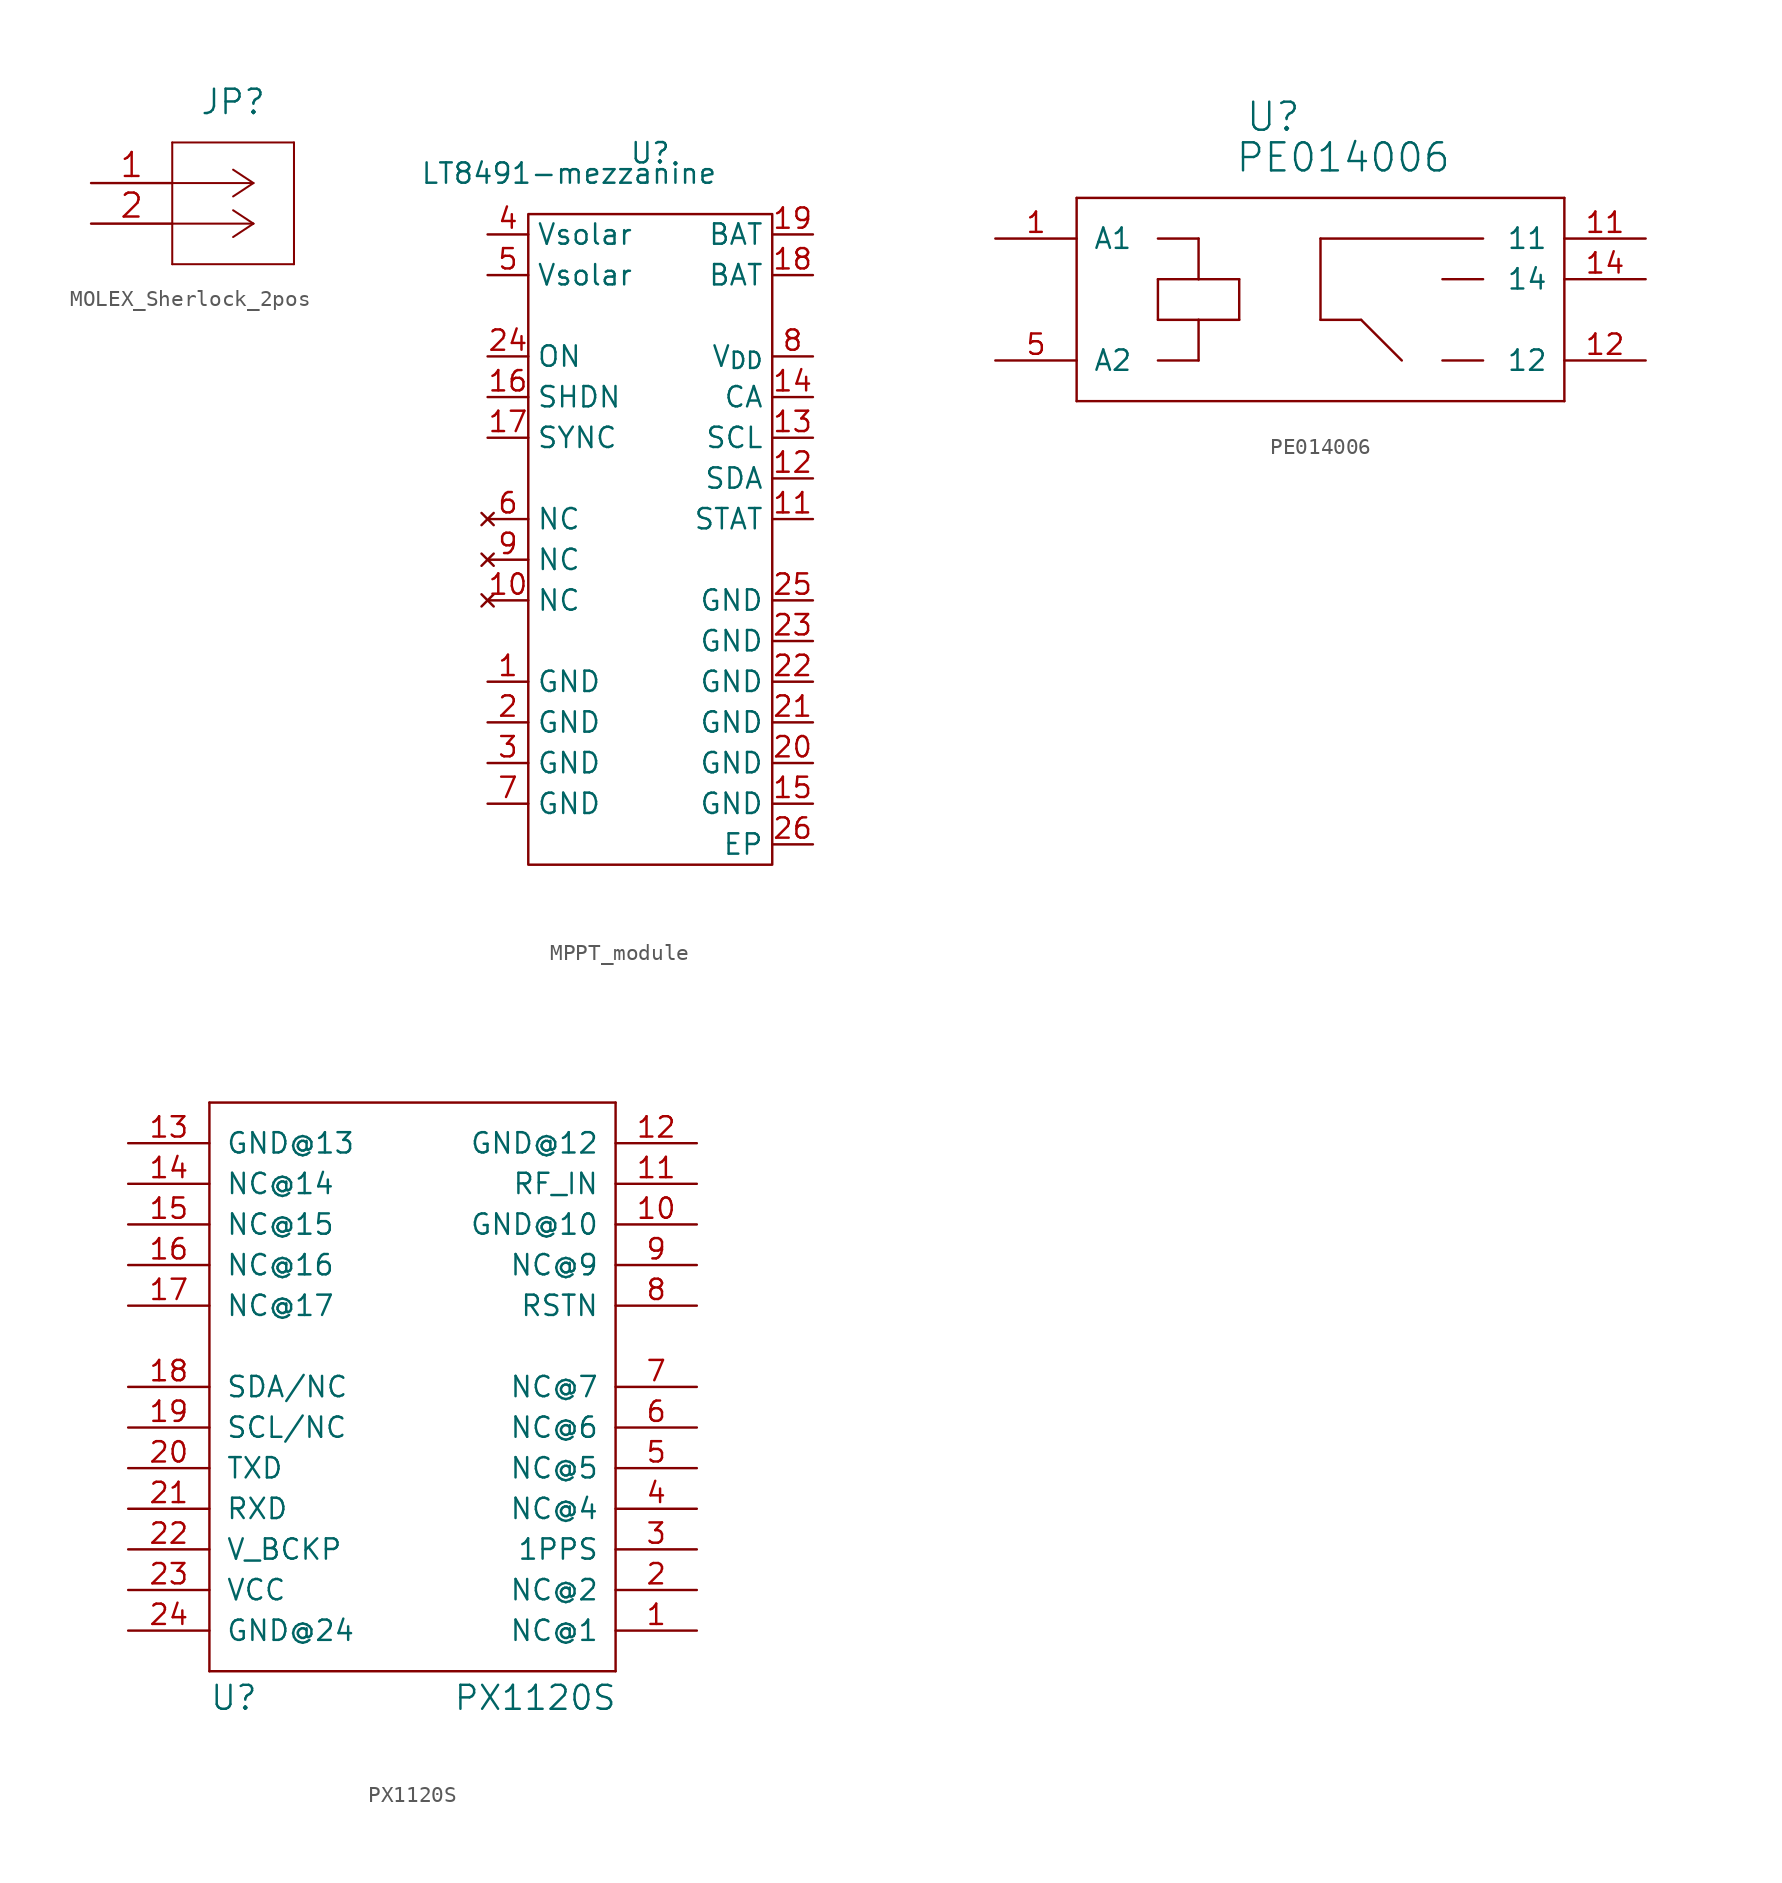
<source format=kicad_sym>
(kicad_symbol_lib
  (version 20220914)
  (generator kicad_symbol_editor)
  (symbol "MOLEX_Sherlock_2pos"
    (pin_names
      (offset 0.254) hide)
    (property "Reference" "JP"
      (at 8.89 5.08 0)
      (effects (font (size 1.524 1.524))))
    (property "Datasheet" ""
      (at 0 0 0)
      (effects (font (size 1.524 1.524))))
    (symbol "MOLEX_Sherlock_2pos_1_1"
      (polyline (pts (xy 5.08 -5.08) (xy 12.7 -5.08)) (stroke (width 0.127) (type default)) (fill (type none)))
      (polyline (pts (xy 5.08 2.54) (xy 5.08 -5.08)) (stroke (width 0.127) (type default)) (fill (type none)))
      (polyline (pts (xy 10.16 -2.54) (xy 5.08 -2.54)) (stroke (width 0.127) (type default)) (fill (type none)))
      (polyline (pts (xy 10.16 -2.54) (xy 8.89 -3.378)) (stroke (width 0.127) (type default)) (fill (type none)))
      (polyline (pts (xy 10.16 -2.54) (xy 8.89 -1.702)) (stroke (width 0.127) (type default)) (fill (type none)))
      (polyline (pts (xy 10.16 0) (xy 5.08 0)) (stroke (width 0.127) (type default)) (fill (type none)))
      (polyline (pts (xy 10.16 0) (xy 8.89 -0.838)) (stroke (width 0.127) (type default)) (fill (type none)))
      (polyline (pts (xy 10.16 0) (xy 8.89 0.838)) (stroke (width 0.127) (type default)) (fill (type none)))
      (polyline (pts (xy 12.7 -5.08) (xy 12.7 2.54)) (stroke (width 0.127) (type default)) (fill (type none)))
      (polyline (pts (xy 12.7 2.54) (xy 5.08 2.54)) (stroke (width 0.127) (type default)) (fill (type none)))
      (pin unspecified line (at 0 0 0) (length 5.08) (name "1" (effects (font (size 1.499 1.499)))) (number "1" (effects (font (size 1.499 1.499)))))
      (pin unspecified line (at 0 -2.54 0) (length 5.08) (name "2" (effects (font (size 1.499 1.499)))) (number "2" (effects (font (size 1.499 1.499)))))))
  (symbol "MPPT_module"
    (property "Reference" "U"
      (at -1.27 20.32 0)
      (effects (font (size 1.27 1.27))))
    (property "Value" "LT8491-mezzanine"
      (at -6.35 19.05 0)
      (effects (font (size 1.27 1.27))))
    (symbol "MPPT_module_1_0"
      (pin no_connect line (at -11.43 -7.62 0) (length 2.54) (name "NC" (effects (font (size 1.27 1.27)))) (number "10" (effects (font (size 1.27 1.27)))))
      (pin output line (at 8.89 -2.54 180) (length 2.54) (name "STAT" (effects (font (size 1.27 1.27)))) (number "11" (effects (font (size 1.27 1.27)))))
      (pin bidirectional line (at 8.89 0 180) (length 2.54) (name "SDA" (effects (font (size 1.27 1.27)))) (number "12" (effects (font (size 1.27 1.27)))))
      (pin input line (at 8.89 2.54 180) (length 2.54) (name "SCL" (effects (font (size 1.27 1.27)))) (number "13" (effects (font (size 1.27 1.27)))))
      (pin input line (at 8.89 5.08 180) (length 2.54) (name "CA" (effects (font (size 1.27 1.27)))) (number "14" (effects (font (size 1.27 1.27)))))
      (pin power_in line (at 8.89 -20.32 180) (length 2.54) (name "GND" (effects (font (size 1.27 1.27)))) (number "15" (effects (font (size 1.27 1.27)))))
      (pin input line (at -11.43 5.08 0) (length 2.54) (name "SHDN" (effects (font (size 1.27 1.27)))) (number "16" (effects (font (size 1.27 1.27)))))
      (pin input line (at -11.43 2.54 0) (length 2.54) (name "SYNC" (effects (font (size 1.27 1.27)))) (number "17" (effects (font (size 1.27 1.27)))))
      (pin passive line (at 8.89 12.7 180) (length 2.54) (name "BAT" (effects (font (size 1.27 1.27)))) (number "18" (effects (font (size 1.27 1.27)))))
      (pin passive line (at 8.89 15.24 180) (length 2.54) (name "BAT" (effects (font (size 1.27 1.27)))) (number "19" (effects (font (size 1.27 1.27)))))
      (pin power_in line (at -11.43 -15.24 0) (length 2.54) (name "GND" (effects (font (size 1.27 1.27)))) (number "2" (effects (font (size 1.27 1.27)))))
      (pin power_in line (at 8.89 -17.78 180) (length 2.54) (name "GND" (effects (font (size 1.27 1.27)))) (number "20" (effects (font (size 1.27 1.27)))))
      (pin power_in line (at 8.89 -15.24 180) (length 2.54) (name "GND" (effects (font (size 1.27 1.27)))) (number "21" (effects (font (size 1.27 1.27)))))
      (pin power_in line (at 8.89 -12.7 180) (length 2.54) (name "GND" (effects (font (size 1.27 1.27)))) (number "22" (effects (font (size 1.27 1.27)))))
      (pin power_in line (at 8.89 -10.16 180) (length 2.54) (name "GND" (effects (font (size 1.27 1.27)))) (number "23" (effects (font (size 1.27 1.27)))))
      (pin input line (at -11.43 7.62 0) (length 2.54) (name "ON" (effects (font (size 1.27 1.27)))) (number "24" (effects (font (size 1.27 1.27)))))
      (pin power_in line (at 8.89 -7.62 180) (length 2.54) (name "GND" (effects (font (size 1.27 1.27)))) (number "25" (effects (font (size 1.27 1.27)))))
      (pin passive line (at 8.89 -22.86 180) (length 2.54) (name "EP" (effects (font (size 1.27 1.27)))) (number "26" (effects (font (size 1.27 1.27)))))
      (pin power_in line (at -11.43 -17.78 0) (length 2.54) (name "GND" (effects (font (size 1.27 1.27)))) (number "3" (effects (font (size 1.27 1.27)))))
      (pin power_in line (at -11.43 12.7 0) (length 2.54) (name "Vsolar" (effects (font (size 1.27 1.27)))) (number "5" (effects (font (size 1.27 1.27)))))
      (pin no_connect line (at -11.43 -2.54 0) (length 2.54) (name "NC" (effects (font (size 1.27 1.27)))) (number "6" (effects (font (size 1.27 1.27)))))
      (pin power_in line (at -11.43 -20.32 0) (length 2.54) (name "GND" (effects (font (size 1.27 1.27)))) (number "7" (effects (font (size 1.27 1.27)))))
      (pin power_out line (at 8.89 7.62 180) (length 2.54) (name "V_{DD}" (effects (font (size 1.27 1.27)))) (number "8" (effects (font (size 1.27 1.27)))))
      (pin no_connect line (at -11.43 -5.08 0) (length 2.54) (name "NC" (effects (font (size 1.27 1.27)))) (number "9" (effects (font (size 1.27 1.27))))))
    (symbol "MPPT_module_1_1"
      (rectangle (start -8.89 16.51) (end 6.35 -24.13) (stroke (width 0) (type default)) (fill (type none)))
      (pin power_in line (at -11.43 -12.7 0) (length 2.54) (name "GND" (effects (font (size 1.27 1.27)))) (number "1" (effects (font (size 1.27 1.27)))))
      (pin power_in line (at -11.43 15.24 0) (length 2.54) (name "Vsolar" (effects (font (size 1.27 1.27)))) (number "4" (effects (font (size 1.27 1.27)))))))
  (symbol "PE014006"
    (pin_names
      (offset 1.016))
    (property "Reference" "U"
      (at -2.184 9.119 0)
      (effects (font (size 1.753 1.753)) (justify left bottom)))
    (property "Value" "PE014006"
      (at -2.819 6.579 0)
      (effects (font (size 1.753 1.753)) (justify left bottom)))
    (symbol "PE014006_1_0"
      (polyline (pts (xy -12.7 -7.62) (xy 17.78 -7.62)) (stroke (width 0) (type default)) (fill (type none)))
      (polyline (pts (xy -12.7 5.08) (xy -12.7 -7.62)) (stroke (width 0) (type default)) (fill (type none)))
      (polyline (pts (xy -7.62 -2.54) (xy -7.62 0)) (stroke (width 0) (type default)) (fill (type none)))
      (polyline (pts (xy -7.62 0) (xy -5.08 0)) (stroke (width 0) (type default)) (fill (type none)))
      (polyline (pts (xy -7.62 2.54) (xy -5.08 2.54)) (stroke (width 0) (type default)) (fill (type none)))
      (polyline (pts (xy -5.08 -5.08) (xy -7.62 -5.08)) (stroke (width 0) (type default)) (fill (type none)))
      (polyline (pts (xy -5.08 -2.54) (xy -7.62 -2.54)) (stroke (width 0) (type default)) (fill (type none)))
      (polyline (pts (xy -5.08 -2.54) (xy -5.08 -5.08)) (stroke (width 0) (type default)) (fill (type none)))
      (polyline (pts (xy -5.08 0) (xy -2.54 0)) (stroke (width 0) (type default)) (fill (type none)))
      (polyline (pts (xy -5.08 2.54) (xy -5.08 0)) (stroke (width 0) (type default)) (fill (type none)))
      (polyline (pts (xy -2.54 -2.54) (xy -5.08 -2.54)) (stroke (width 0) (type default)) (fill (type none)))
      (polyline (pts (xy -2.54 0) (xy -2.54 -2.54)) (stroke (width 0) (type default)) (fill (type none)))
      (polyline (pts (xy 2.54 -2.54) (xy 5.08 -2.54)) (stroke (width 0) (type default)) (fill (type none)))
      (polyline (pts (xy 2.54 2.54) (xy 2.54 -2.54)) (stroke (width 0) (type default)) (fill (type none)))
      (polyline (pts (xy 5.08 -2.54) (xy 7.62 -5.08)) (stroke (width 0) (type default)) (fill (type none)))
      (polyline (pts (xy 12.7 -5.08) (xy 10.16 -5.08)) (stroke (width 0) (type default)) (fill (type none)))
      (polyline (pts (xy 12.7 0) (xy 10.16 0)) (stroke (width 0) (type default)) (fill (type none)))
      (polyline (pts (xy 12.7 2.54) (xy 2.54 2.54)) (stroke (width 0) (type default)) (fill (type none)))
      (polyline (pts (xy 17.78 -7.62) (xy 17.78 5.08)) (stroke (width 0) (type default)) (fill (type none)))
      (polyline (pts (xy 17.78 5.08) (xy -12.7 5.08)) (stroke (width 0) (type default)) (fill (type none)))
      (pin passive line (at -17.78 2.54 0) (length 5.08) (name "A1" (effects (font (size 1.27 1.27)))) (number "1" (effects (font (size 1.27 1.27)))))
      (pin passive line (at 22.86 2.54 180) (length 5.08) (name "11" (effects (font (size 1.27 1.27)))) (number "11" (effects (font (size 1.27 1.27)))))
      (pin passive line (at 22.86 -5.08 180) (length 5.08) (name "12" (effects (font (size 1.27 1.27)))) (number "12" (effects (font (size 1.27 1.27)))))
      (pin passive line (at 22.86 0 180) (length 5.08) (name "14" (effects (font (size 1.27 1.27)))) (number "14" (effects (font (size 1.27 1.27)))))
      (pin passive line (at -17.78 -5.08 0) (length 5.08) (name "A2" (effects (font (size 1.27 1.27)))) (number "5" (effects (font (size 1.27 1.27)))))))
  (symbol "PX1120S"
    (pin_names
      (offset 1.016))
    (property "Reference" "U"
      (at -12.7 -20.32 0)
      (effects (font (size 1.499 1.499)) (justify left bottom)))
    (property "Value" "PX1120S"
      (at 2.54 -20.32 0)
      (effects (font (size 1.499 1.499)) (justify left bottom)))
    (symbol "PX1120S_1_0"
      (polyline (pts (xy -12.7 -17.78) (xy 12.7 -17.78)) (stroke (width 0) (type default)) (fill (type none)))
      (polyline (pts (xy -12.7 17.78) (xy -12.7 -17.78)) (stroke (width 0) (type default)) (fill (type none)))
      (polyline (pts (xy 12.7 -17.78) (xy 12.7 17.78)) (stroke (width 0) (type default)) (fill (type none)))
      (polyline (pts (xy 12.7 17.78) (xy -12.7 17.78)) (stroke (width 0) (type default)) (fill (type none)))
      (pin bidirectional line (at 17.78 -15.24 180) (length 5.08) (name "NC@1" (effects (font (size 1.27 1.27)))) (number "1" (effects (font (size 1.27 1.27)))))
      (pin bidirectional line (at 17.78 10.16 180) (length 5.08) (name "GND@10" (effects (font (size 1.27 1.27)))) (number "10" (effects (font (size 1.27 1.27)))))
      (pin bidirectional line (at 17.78 12.7 180) (length 5.08) (name "RF_IN" (effects (font (size 1.27 1.27)))) (number "11" (effects (font (size 1.27 1.27)))))
      (pin bidirectional line (at 17.78 15.24 180) (length 5.08) (name "GND@12" (effects (font (size 1.27 1.27)))) (number "12" (effects (font (size 1.27 1.27)))))
      (pin bidirectional line (at -17.78 15.24 0) (length 5.08) (name "GND@13" (effects (font (size 1.27 1.27)))) (number "13" (effects (font (size 1.27 1.27)))))
      (pin bidirectional line (at -17.78 12.7 0) (length 5.08) (name "NC@14" (effects (font (size 1.27 1.27)))) (number "14" (effects (font (size 1.27 1.27)))))
      (pin bidirectional line (at -17.78 10.16 0) (length 5.08) (name "NC@15" (effects (font (size 1.27 1.27)))) (number "15" (effects (font (size 1.27 1.27)))))
      (pin bidirectional line (at -17.78 7.62 0) (length 5.08) (name "NC@16" (effects (font (size 1.27 1.27)))) (number "16" (effects (font (size 1.27 1.27)))))
      (pin bidirectional line (at -17.78 5.08 0) (length 5.08) (name "NC@17" (effects (font (size 1.27 1.27)))) (number "17" (effects (font (size 1.27 1.27)))))
      (pin bidirectional line (at -17.78 0 0) (length 5.08) (name "SDA/NC" (effects (font (size 1.27 1.27)))) (number "18" (effects (font (size 1.27 1.27)))))
      (pin bidirectional line (at -17.78 -2.54 0) (length 5.08) (name "SCL/NC" (effects (font (size 1.27 1.27)))) (number "19" (effects (font (size 1.27 1.27)))))
      (pin bidirectional line (at 17.78 -12.7 180) (length 5.08) (name "NC@2" (effects (font (size 1.27 1.27)))) (number "2" (effects (font (size 1.27 1.27)))))
      (pin bidirectional line (at -17.78 -5.08 0) (length 5.08) (name "TXD" (effects (font (size 1.27 1.27)))) (number "20" (effects (font (size 1.27 1.27)))))
      (pin bidirectional line (at -17.78 -7.62 0) (length 5.08) (name "RXD" (effects (font (size 1.27 1.27)))) (number "21" (effects (font (size 1.27 1.27)))))
      (pin bidirectional line (at -17.78 -10.16 0) (length 5.08) (name "V_BCKP" (effects (font (size 1.27 1.27)))) (number "22" (effects (font (size 1.27 1.27)))))
      (pin bidirectional line (at -17.78 -12.7 0) (length 5.08) (name "VCC" (effects (font (size 1.27 1.27)))) (number "23" (effects (font (size 1.27 1.27)))))
      (pin bidirectional line (at -17.78 -15.24 0) (length 5.08) (name "GND@24" (effects (font (size 1.27 1.27)))) (number "24" (effects (font (size 1.27 1.27)))))
      (pin bidirectional line (at 17.78 -10.16 180) (length 5.08) (name "1PPS" (effects (font (size 1.27 1.27)))) (number "3" (effects (font (size 1.27 1.27)))))
      (pin bidirectional line (at 17.78 -7.62 180) (length 5.08) (name "NC@4" (effects (font (size 1.27 1.27)))) (number "4" (effects (font (size 1.27 1.27)))))
      (pin bidirectional line (at 17.78 -5.08 180) (length 5.08) (name "NC@5" (effects (font (size 1.27 1.27)))) (number "5" (effects (font (size 1.27 1.27)))))
      (pin bidirectional line (at 17.78 -2.54 180) (length 5.08) (name "NC@6" (effects (font (size 1.27 1.27)))) (number "6" (effects (font (size 1.27 1.27)))))
      (pin bidirectional line (at 17.78 0 180) (length 5.08) (name "NC@7" (effects (font (size 1.27 1.27)))) (number "7" (effects (font (size 1.27 1.27)))))
      (pin bidirectional line (at 17.78 5.08 180) (length 5.08) (name "RSTN" (effects (font (size 1.27 1.27)))) (number "8" (effects (font (size 1.27 1.27)))))
      (pin bidirectional line (at 17.78 7.62 180) (length 5.08) (name "NC@9" (effects (font (size 1.27 1.27)))) (number "9" (effects (font (size 1.27 1.27))))))))
</source>
